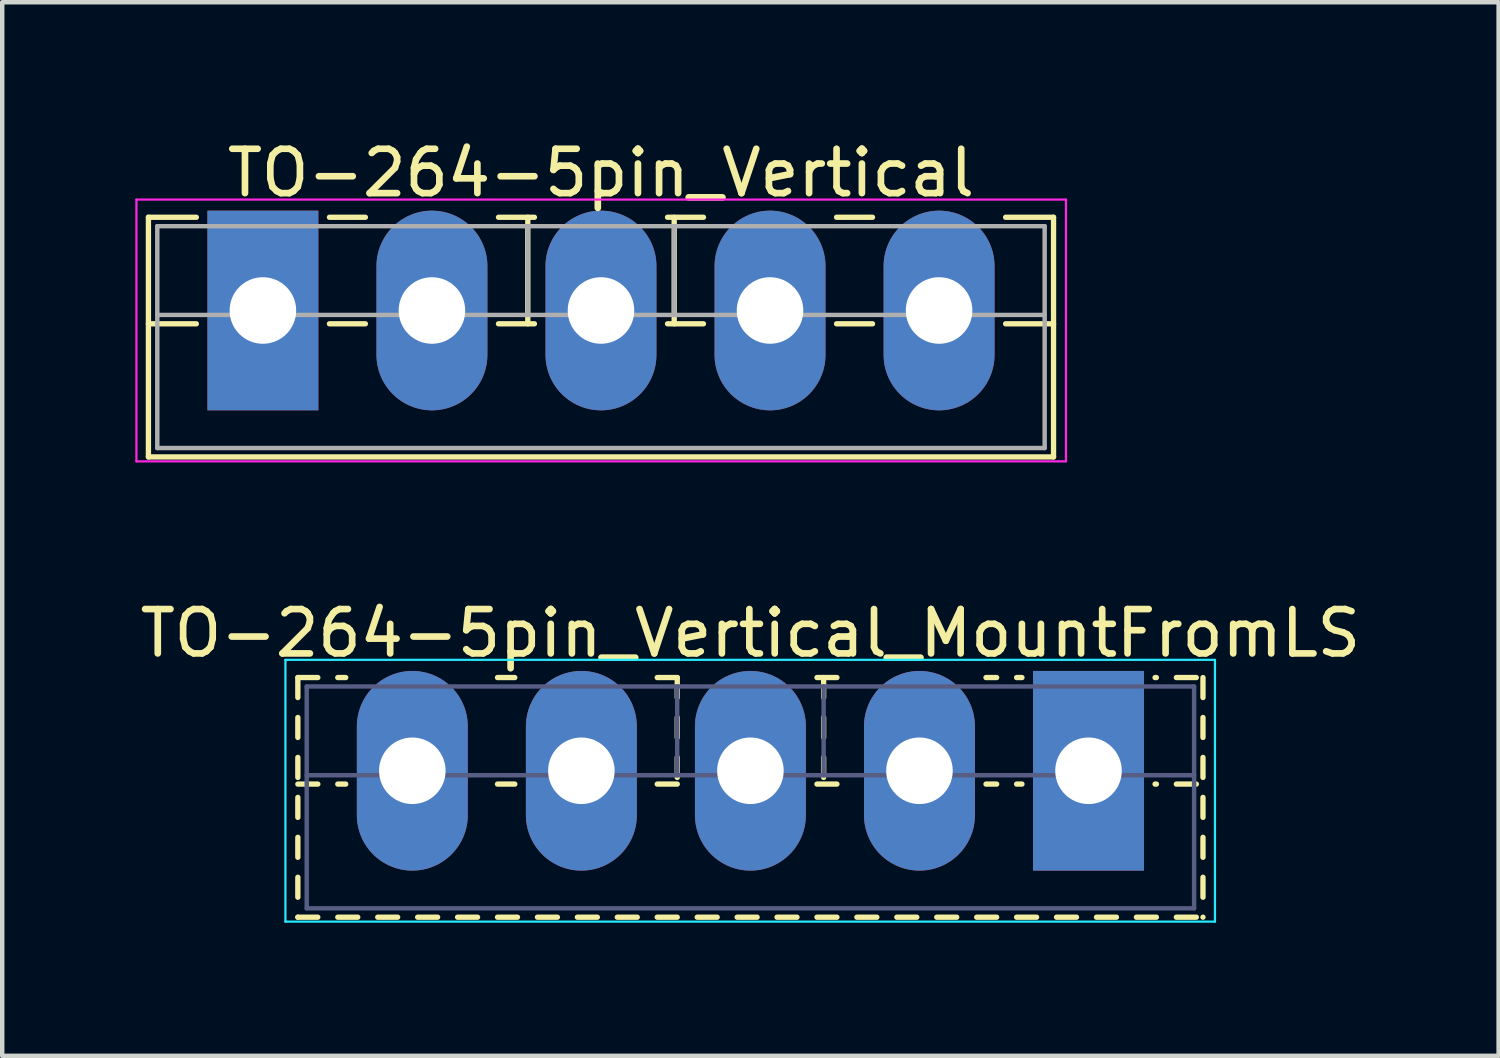
<source format=kicad_pcb>
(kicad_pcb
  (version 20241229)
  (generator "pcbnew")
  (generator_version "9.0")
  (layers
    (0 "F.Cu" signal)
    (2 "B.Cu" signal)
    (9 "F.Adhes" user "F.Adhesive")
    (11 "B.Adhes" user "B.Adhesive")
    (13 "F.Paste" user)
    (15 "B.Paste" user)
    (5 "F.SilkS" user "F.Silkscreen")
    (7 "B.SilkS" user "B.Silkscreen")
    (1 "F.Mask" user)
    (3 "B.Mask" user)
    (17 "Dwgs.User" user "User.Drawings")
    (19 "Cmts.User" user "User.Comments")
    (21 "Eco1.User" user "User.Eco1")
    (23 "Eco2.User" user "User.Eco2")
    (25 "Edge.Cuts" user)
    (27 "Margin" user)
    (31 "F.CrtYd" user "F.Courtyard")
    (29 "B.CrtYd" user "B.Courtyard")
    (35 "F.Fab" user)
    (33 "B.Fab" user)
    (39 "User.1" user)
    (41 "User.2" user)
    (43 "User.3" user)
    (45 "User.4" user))
  (footprint "TO-264-5pin_Vertical"
    (layer "F.Cu")
    (at 2.875 3.948)
    (property "Reference" "TO-264-5pin_Vertical" (at 7.62 -3.1 0) (layer "F.SilkS") (effects (font (size 1 1) (thickness 0.15))))
    (attr through_hole)
    (fp_line (start -2.58 -2.101) (end -2.58 3.3) (stroke (width 0.12) (type solid)) (layer "F.SilkS"))
    (fp_line (start -2.58 -2.101) (end -1.5 -2.101) (stroke (width 0.12) (type solid)) (layer "F.SilkS"))
    (fp_line (start -2.58 0.3) (end -1.5 0.3) (stroke (width 0.12) (type solid)) (layer "F.SilkS"))
    (fp_line (start -2.58 3.3) (end 17.82 3.3) (stroke (width 0.12) (type solid)) (layer "F.SilkS"))
    (fp_line (start 1.5 -2.101) (end 2.31 -2.101) (stroke (width 0.12) (type solid)) (layer "F.SilkS"))
    (fp_line (start 1.5 0.3) (end 2.31 0.3) (stroke (width 0.12) (type solid)) (layer "F.SilkS"))
    (fp_line (start 5.31 -2.101) (end 6.12 -2.101) (stroke (width 0.12) (type solid)) (layer "F.SilkS"))
    (fp_line (start 5.31 0.3) (end 6.12 0.3) (stroke (width 0.12) (type solid)) (layer "F.SilkS"))
    (fp_line (start 5.971 -2.101) (end 5.971 0.3) (stroke (width 0.12) (type solid)) (layer "F.SilkS"))
    (fp_line (start 9.12 -2.101) (end 9.93 -2.101) (stroke (width 0.12) (type solid)) (layer "F.SilkS"))
    (fp_line (start 9.12 0.3) (end 9.93 0.3) (stroke (width 0.12) (type solid)) (layer "F.SilkS"))
    (fp_line (start 9.27 -2.101) (end 9.27 0.3) (stroke (width 0.12) (type solid)) (layer "F.SilkS"))
    (fp_line (start 12.93 -2.101) (end 13.74 -2.101) (stroke (width 0.12) (type solid)) (layer "F.SilkS"))
    (fp_line (start 12.93 0.3) (end 13.74 0.3) (stroke (width 0.12) (type solid)) (layer "F.SilkS"))
    (fp_line (start 16.74 -2.101) (end 17.82 -2.101) (stroke (width 0.12) (type solid)) (layer "F.SilkS"))
    (fp_line (start 16.74 0.3) (end 17.82 0.3) (stroke (width 0.12) (type solid)) (layer "F.SilkS"))
    (fp_line (start 17.82 -2.101) (end 17.82 3.3) (stroke (width 0.12) (type solid)) (layer "F.SilkS"))
    (fp_line (start -2.85 -2.5) (end -2.85 3.4) (stroke (width 0.05) (type solid)) (layer "F.CrtYd"))
    (fp_line (start -2.85 3.4) (end 18.1 3.4) (stroke (width 0.05) (type solid)) (layer "F.CrtYd"))
    (fp_line (start 18.1 -2.5) (end -2.85 -2.5) (stroke (width 0.05) (type solid)) (layer "F.CrtYd"))
    (fp_line (start 18.1 3.4) (end 18.1 -2.5) (stroke (width 0.05) (type solid)) (layer "F.CrtYd"))
    (fp_line (start -2.38 -1.9) (end -2.38 3.1) (stroke (width 0.1) (type solid)) (layer "F.Fab"))
    (fp_line (start -2.38 0.1) (end 17.62 0.1) (stroke (width 0.1) (type solid)) (layer "F.Fab"))
    (fp_line (start -2.38 3.1) (end 17.62 3.1) (stroke (width 0.1) (type solid)) (layer "F.Fab"))
    (fp_line (start 5.97 -1.9) (end 5.97 0.1) (stroke (width 0.1) (type solid)) (layer "F.Fab"))
    (fp_line (start 9.27 -1.9) (end 9.27 0.1) (stroke (width 0.1) (type solid)) (layer "F.Fab"))
    (fp_line (start 17.62 -1.9) (end -2.38 -1.9) (stroke (width 0.1) (type solid)) (layer "F.Fab"))
    (fp_line (start 17.62 3.1) (end 17.62 -1.9) (stroke (width 0.1) (type solid)) (layer "F.Fab"))
    (pad "1" thru_hole rect (at 0 0) (size 2.5 4.5) (drill 1.5) (layers "*.Cu" "*.Mask"))
    (pad "2" thru_hole oval (at 3.81 0) (size 2.5 4.5) (drill 1.5) (layers "*.Cu" "*.Mask"))
    (pad "3" thru_hole oval (at 7.62 0) (size 2.5 4.5) (drill 1.5) (layers "*.Cu" "*.Mask"))
    (pad "4" thru_hole oval (at 11.43 0) (size 2.5 4.5) (drill 1.5) (layers "*.Cu" "*.Mask"))
    (pad "5" thru_hole oval (at 15.24 0) (size 2.5 4.5) (drill 1.5) (layers "*.Cu" "*.Mask")))
  (footprint "TO-264-5pin_Vertical_MountFromLS"
    (layer "F.Cu")
    (at 21.483 14.322)
    (property "Reference" "TO-264-5pin_Vertical_MountFromLS" (at -7.62 -3.1 0) (layer "F.SilkS") (effects (font (size 1 1) (thickness 0.15))))
    (attr through_hole)
    (fp_line (start -17.82 -2.101) (end -17.82 -1.651) (stroke (width 0.12) (type solid)) (layer "F.SilkS"))
    (fp_line (start -17.82 -2.101) (end -17.37 -2.101) (stroke (width 0.12) (type solid)) (layer "F.SilkS"))
    (fp_line (start -17.82 -1.201) (end -17.82 -0.751) (stroke (width 0.12) (type solid)) (layer "F.SilkS"))
    (fp_line (start -17.82 -0.301) (end -17.82 0.15) (stroke (width 0.12) (type solid)) (layer "F.SilkS"))
    (fp_line (start -17.82 0.3) (end -17.37 0.3) (stroke (width 0.12) (type solid)) (layer "F.SilkS"))
    (fp_line (start -17.82 0.6) (end -17.82 1.05) (stroke (width 0.12) (type solid)) (layer "F.SilkS"))
    (fp_line (start -17.82 1.5) (end -17.82 1.95) (stroke (width 0.12) (type solid)) (layer "F.SilkS"))
    (fp_line (start -17.82 2.4) (end -17.82 2.85) (stroke (width 0.12) (type solid)) (layer "F.SilkS"))
    (fp_line (start -17.82 3.3) (end -17.82 3.3) (stroke (width 0.12) (type solid)) (layer "F.SilkS"))
    (fp_line (start -17.82 3.3) (end -17.37 3.3) (stroke (width 0.12) (type solid)) (layer "F.SilkS"))
    (fp_line (start -16.92 -2.101) (end -16.741 -2.101) (stroke (width 0.12) (type solid)) (layer "F.SilkS"))
    (fp_line (start -16.92 0.3) (end -16.741 0.3) (stroke (width 0.12) (type solid)) (layer "F.SilkS"))
    (fp_line (start -16.92 3.3) (end -16.47 3.3) (stroke (width 0.12) (type solid)) (layer "F.SilkS"))
    (fp_line (start -16.02 3.3) (end -15.571 3.3) (stroke (width 0.12) (type solid)) (layer "F.SilkS"))
    (fp_line (start -15.12 3.3) (end -14.67 3.3) (stroke (width 0.12) (type solid)) (layer "F.SilkS"))
    (fp_line (start -14.22 3.3) (end -13.77 3.3) (stroke (width 0.12) (type solid)) (layer "F.SilkS"))
    (fp_line (start -13.32 -2.101) (end -12.93 -2.101) (stroke (width 0.12) (type solid)) (layer "F.SilkS"))
    (fp_line (start -13.32 0.3) (end -12.93 0.3) (stroke (width 0.12) (type solid)) (layer "F.SilkS"))
    (fp_line (start -13.32 3.3) (end -12.87 3.3) (stroke (width 0.12) (type solid)) (layer "F.SilkS"))
    (fp_line (start -12.42 3.3) (end -11.97 3.3) (stroke (width 0.12) (type solid)) (layer "F.SilkS"))
    (fp_line (start -11.52 3.3) (end -11.07 3.3) (stroke (width 0.12) (type solid)) (layer "F.SilkS"))
    (fp_line (start -10.62 3.3) (end -10.17 3.3) (stroke (width 0.12) (type solid)) (layer "F.SilkS"))
    (fp_line (start -9.72 -2.101) (end -9.269 -2.101) (stroke (width 0.12) (type solid)) (layer "F.SilkS"))
    (fp_line (start -9.72 0.3) (end -9.269 0.3) (stroke (width 0.12) (type solid)) (layer "F.SilkS"))
    (fp_line (start -9.72 3.3) (end -9.269 3.3) (stroke (width 0.12) (type solid)) (layer "F.SilkS"))
    (fp_line (start -9.269 -2.101) (end -9.269 -1.651) (stroke (width 0.12) (type solid)) (layer "F.SilkS"))
    (fp_line (start -9.269 -1.201) (end -9.269 -0.751) (stroke (width 0.12) (type solid)) (layer "F.SilkS"))
    (fp_line (start -9.269 -0.301) (end -9.269 0.15) (stroke (width 0.12) (type solid)) (layer "F.SilkS"))
    (fp_line (start -8.819 3.3) (end -8.369 3.3) (stroke (width 0.12) (type solid)) (layer "F.SilkS"))
    (fp_line (start -7.919 3.3) (end -7.469 3.3) (stroke (width 0.12) (type solid)) (layer "F.SilkS"))
    (fp_line (start -7.02 3.3) (end -6.57 3.3) (stroke (width 0.12) (type solid)) (layer "F.SilkS"))
    (fp_line (start -6.12 -2.101) (end -5.67 -2.101) (stroke (width 0.12) (type solid)) (layer "F.SilkS"))
    (fp_line (start -6.12 0.3) (end -5.67 0.3) (stroke (width 0.12) (type solid)) (layer "F.SilkS"))
    (fp_line (start -6.12 3.3) (end -5.67 3.3) (stroke (width 0.12) (type solid)) (layer "F.SilkS"))
    (fp_line (start -5.97 -2.101) (end -5.97 -1.651) (stroke (width 0.12) (type solid)) (layer "F.SilkS"))
    (fp_line (start -5.97 -1.201) (end -5.97 -0.751) (stroke (width 0.12) (type solid)) (layer "F.SilkS"))
    (fp_line (start -5.97 -0.301) (end -5.97 0.15) (stroke (width 0.12) (type solid)) (layer "F.SilkS"))
    (fp_line (start -5.22 3.3) (end -4.77 3.3) (stroke (width 0.12) (type solid)) (layer "F.SilkS"))
    (fp_line (start -4.32 3.3) (end -3.87 3.3) (stroke (width 0.12) (type solid)) (layer "F.SilkS"))
    (fp_line (start -3.42 3.3) (end -2.97 3.3) (stroke (width 0.12) (type solid)) (layer "F.SilkS"))
    (fp_line (start -2.52 3.3) (end -2.07 3.3) (stroke (width 0.12) (type solid)) (layer "F.SilkS"))
    (fp_line (start -2.31 -2.101) (end -2.07 -2.101) (stroke (width 0.12) (type solid)) (layer "F.SilkS"))
    (fp_line (start -2.31 0.3) (end -2.07 0.3) (stroke (width 0.12) (type solid)) (layer "F.SilkS"))
    (fp_line (start -1.62 -2.101) (end -1.5 -2.101) (stroke (width 0.12) (type solid)) (layer "F.SilkS"))
    (fp_line (start -1.62 0.3) (end -1.5 0.3) (stroke (width 0.12) (type solid)) (layer "F.SilkS"))
    (fp_line (start -1.62 3.3) (end -1.17 3.3) (stroke (width 0.12) (type solid)) (layer "F.SilkS"))
    (fp_line (start -0.72 3.3) (end -0.27 3.3) (stroke (width 0.12) (type solid)) (layer "F.SilkS"))
    (fp_line (start 0.18 3.3) (end 0.63 3.3) (stroke (width 0.12) (type solid)) (layer "F.SilkS"))
    (fp_line (start 1.08 3.3) (end 1.53 3.3) (stroke (width 0.12) (type solid)) (layer "F.SilkS"))
    (fp_line (start 1.5 -2.101) (end 1.53 -2.101) (stroke (width 0.12) (type solid)) (layer "F.SilkS"))
    (fp_line (start 1.5 0.3) (end 1.53 0.3) (stroke (width 0.12) (type solid)) (layer "F.SilkS"))
    (fp_line (start 1.98 -2.101) (end 2.43 -2.101) (stroke (width 0.12) (type solid)) (layer "F.SilkS"))
    (fp_line (start 1.98 0.3) (end 2.43 0.3) (stroke (width 0.12) (type solid)) (layer "F.SilkS"))
    (fp_line (start 1.98 3.3) (end 2.43 3.3) (stroke (width 0.12) (type solid)) (layer "F.SilkS"))
    (fp_line (start 2.58 -2.101) (end 2.58 -1.651) (stroke (width 0.12) (type solid)) (layer "F.SilkS"))
    (fp_line (start 2.58 -1.201) (end 2.58 -0.751) (stroke (width 0.12) (type solid)) (layer "F.SilkS"))
    (fp_line (start 2.58 -0.301) (end 2.58 0.15) (stroke (width 0.12) (type solid)) (layer "F.SilkS"))
    (fp_line (start 2.58 0.6) (end 2.58 1.05) (stroke (width 0.12) (type solid)) (layer "F.SilkS"))
    (fp_line (start 2.58 1.5) (end 2.58 1.95) (stroke (width 0.12) (type solid)) (layer "F.SilkS"))
    (fp_line (start 2.58 2.4) (end 2.58 2.85) (stroke (width 0.12) (type solid)) (layer "F.SilkS"))
    (fp_line (start 2.58 3.3) (end 2.58 3.3) (stroke (width 0.12) (type solid)) (layer "F.SilkS"))
    (fp_line (start -18.1 -2.5) (end -18.1 3.4) (stroke (width 0.05) (type solid)) (layer "B.CrtYd"))
    (fp_line (start -18.1 3.4) (end 2.85 3.4) (stroke (width 0.05) (type solid)) (layer "B.CrtYd"))
    (fp_line (start 2.85 -2.5) (end -18.1 -2.5) (stroke (width 0.05) (type solid)) (layer "B.CrtYd"))
    (fp_line (start 2.85 3.4) (end 2.85 -2.5) (stroke (width 0.05) (type solid)) (layer "B.CrtYd"))
    (fp_line (start -17.62 -1.9) (end -17.62 3.1) (stroke (width 0.1) (type solid)) (layer "B.Fab"))
    (fp_line (start -17.62 0.1) (end 2.38 0.1) (stroke (width 0.1) (type solid)) (layer "B.Fab"))
    (fp_line (start -17.62 3.1) (end 2.38 3.1) (stroke (width 0.1) (type solid)) (layer "B.Fab"))
    (fp_line (start -9.27 -1.9) (end -9.27 0.1) (stroke (width 0.1) (type solid)) (layer "B.Fab"))
    (fp_line (start -5.97 -1.9) (end -5.97 0.1) (stroke (width 0.1) (type solid)) (layer "B.Fab"))
    (fp_line (start 2.38 -1.9) (end -17.62 -1.9) (stroke (width 0.1) (type solid)) (layer "B.Fab"))
    (fp_line (start 2.38 3.1) (end 2.38 -1.9) (stroke (width 0.1) (type solid)) (layer "B.Fab"))
    (pad "1" thru_hole rect (at 0 0) (size 2.5 4.5) (drill 1.5) (layers "*.Cu" "*.Mask"))
    (pad "2" thru_hole oval (at -3.81 0) (size 2.5 4.5) (drill 1.5) (layers "*.Cu" "*.Mask"))
    (pad "3" thru_hole oval (at -7.62 0) (size 2.5 4.5) (drill 1.5) (layers "*.Cu" "*.Mask"))
    (pad "4" thru_hole oval (at -11.43 0) (size 2.5 4.5) (drill 1.5) (layers "*.Cu" "*.Mask"))
    (pad "5" thru_hole oval (at -15.24 0) (size 2.5 4.5) (drill 1.5) (layers "*.Cu" "*.Mask")))
  (gr_rect
    (start -3 -3)
    (end 30.726 20.747)
    (stroke (width 0.1) (type default))
    (fill no)
    (layer "Edge.Cuts")))
</source>
